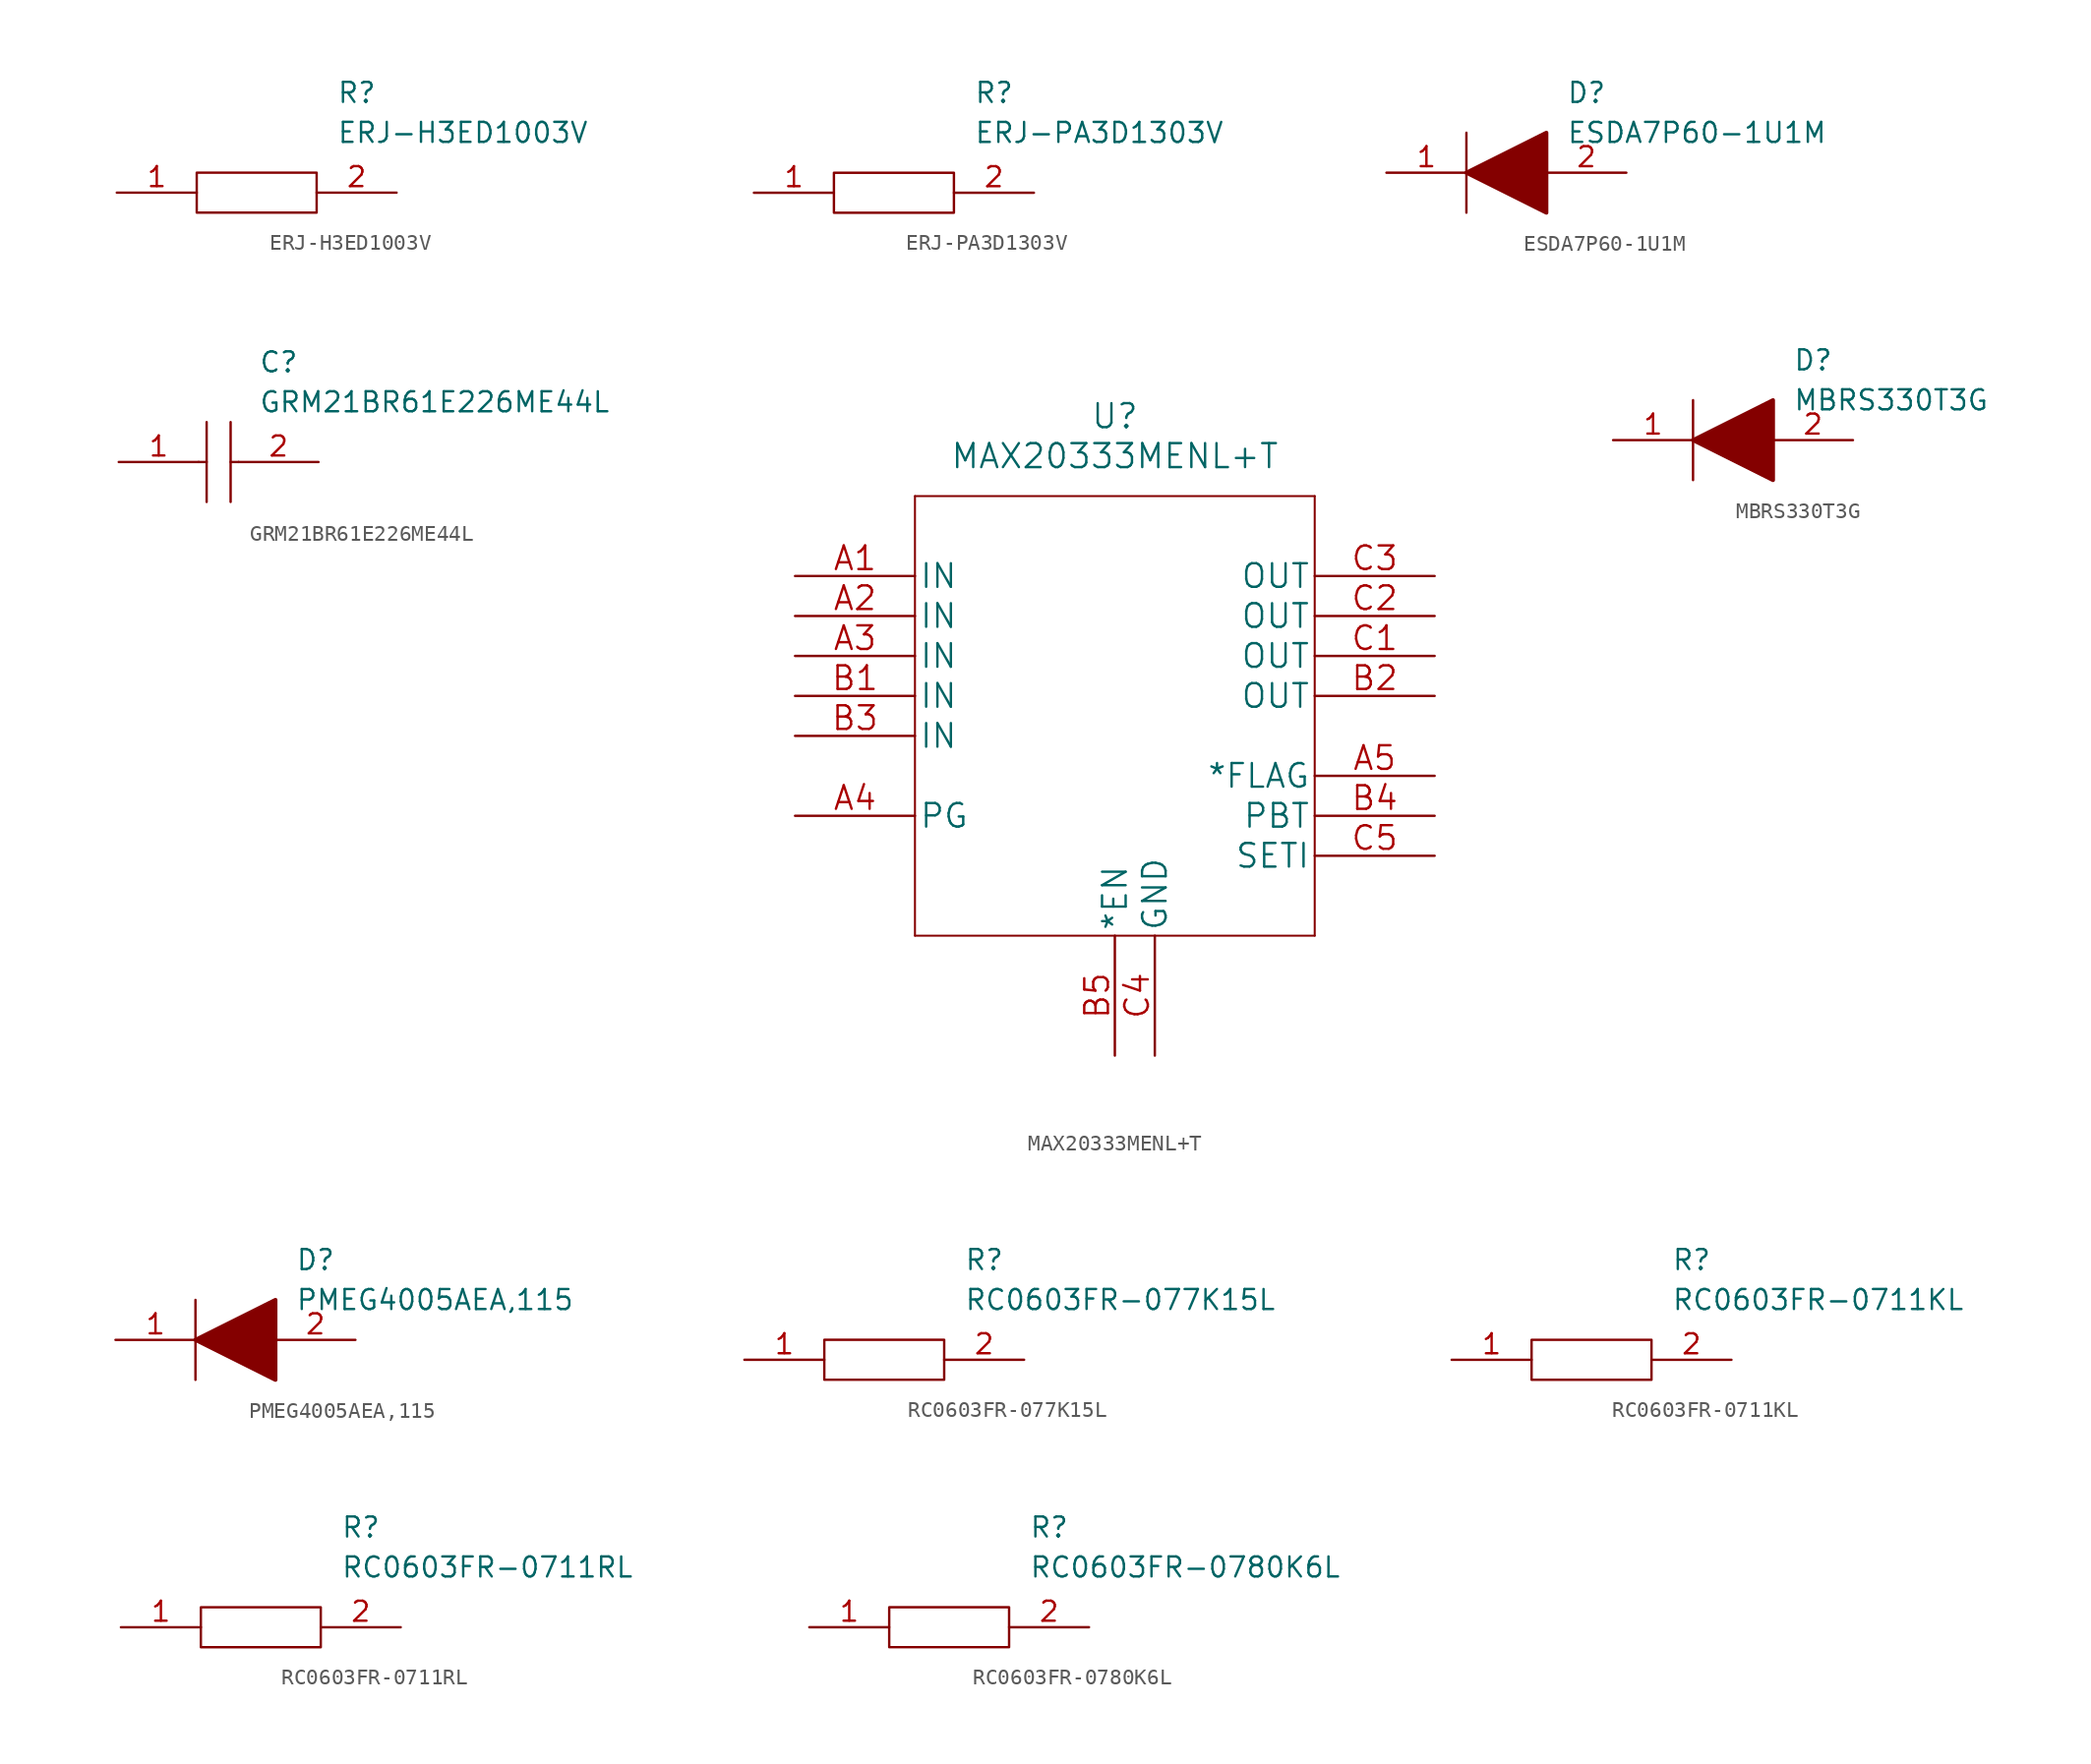
<source format=kicad_sym>
(kicad_symbol_lib
  (version 20211014)
  (generator kicad_symbol_editor)
  (symbol "ERJ-H3ED1003V"
    (pin_names
      (offset 0.762))
    (property "Reference" "R"
      (at 13.97 6.35 0)
      (effects (font (size 1.27 1.27)) (justify left)))
    (property "Value" "ERJ-H3ED1003V"
      (at 13.97 3.81 0)
      (effects (font (size 1.27 1.27)) (justify left)))
    (symbol "ERJ-H3ED1003V_0_0"
      (pin passive line (at 0 0 0) (length 5.08) (name "~" (effects (font (size 1.27 1.27)))) (number "1" (effects (font (size 1.27 1.27)))))
      (pin passive line (at 17.78 0 180) (length 5.08) (name "~" (effects (font (size 1.27 1.27)))) (number "2" (effects (font (size 1.27 1.27))))))
    (symbol "ERJ-H3ED1003V_0_1"
      (polyline (pts (xy 5.08 1.27) (xy 12.7 1.27) (xy 12.7 -1.27) (xy 5.08 -1.27) (xy 5.08 1.27)) (stroke (width 0.152) (type default) (color 0 0 0 0)) (fill (type none)))))
  (symbol "ERJ-PA3D1303V"
    (pin_names
      (offset 0.762))
    (property "Reference" "R"
      (at 13.97 6.35 0)
      (effects (font (size 1.27 1.27)) (justify left)))
    (property "Value" "ERJ-PA3D1303V"
      (at 13.97 3.81 0)
      (effects (font (size 1.27 1.27)) (justify left)))
    (symbol "ERJ-PA3D1303V_0_0"
      (pin passive line (at 0 0 0) (length 5.08) (name "~" (effects (font (size 1.27 1.27)))) (number "1" (effects (font (size 1.27 1.27)))))
      (pin passive line (at 17.78 0 180) (length 5.08) (name "~" (effects (font (size 1.27 1.27)))) (number "2" (effects (font (size 1.27 1.27))))))
    (symbol "ERJ-PA3D1303V_0_1"
      (polyline (pts (xy 5.08 1.27) (xy 12.7 1.27) (xy 12.7 -1.27) (xy 5.08 -1.27) (xy 5.08 1.27)) (stroke (width 0.152) (type default) (color 0 0 0 0)) (fill (type none)))))
  (symbol "ESDA7P60-1U1M"
    (pin_names
      (offset 0.762))
    (property "Reference" "D"
      (at 11.43 5.08 0)
      (effects (font (size 1.27 1.27)) (justify left)))
    (property "Value" "ESDA7P60-1U1M"
      (at 11.43 2.54 0)
      (effects (font (size 1.27 1.27)) (justify left)))
    (symbol "ESDA7P60-1U1M_0_0"
      (pin passive line (at 0 0 0) (length 5.08) (name "~" (effects (font (size 1.27 1.27)))) (number "1" (effects (font (size 1.27 1.27)))))
      (pin passive line (at 15.24 0 180) (length 5.08) (name "~" (effects (font (size 1.27 1.27)))) (number "2" (effects (font (size 1.27 1.27))))))
    (symbol "ESDA7P60-1U1M_0_1"
      (polyline (pts (xy 5.08 2.54) (xy 5.08 -2.54)) (stroke (width 0.152) (type default) (color 0 0 0 0)) (fill (type none)))
      (polyline (pts (xy 5.08 0) (xy 10.16 2.54) (xy 10.16 -2.54) (xy 5.08 0)) (stroke (width 0.254) (type default) (color 0 0 0 0)) (fill (type outline)))))
  (symbol "GRM21BR61E226ME44L"
    (pin_names
      (offset 0.762))
    (property "Reference" "C"
      (at 8.89 6.35 0)
      (effects (font (size 1.27 1.27)) (justify left)))
    (property "Value" "GRM21BR61E226ME44L"
      (at 8.89 3.81 0)
      (effects (font (size 1.27 1.27)) (justify left)))
    (symbol "GRM21BR61E226ME44L_0_0"
      (pin passive line (at 0 0 0) (length 5.08) (name "~" (effects (font (size 1.27 1.27)))) (number "1" (effects (font (size 1.27 1.27)))))
      (pin passive line (at 12.7 0 180) (length 5.08) (name "~" (effects (font (size 1.27 1.27)))) (number "2" (effects (font (size 1.27 1.27))))))
    (symbol "GRM21BR61E226ME44L_0_1"
      (polyline (pts (xy 5.08 0) (xy 5.588 0)) (stroke (width 0.152) (type default) (color 0 0 0 0)) (fill (type none)))
      (polyline (pts (xy 5.588 2.54) (xy 5.588 -2.54)) (stroke (width 0.152) (type default) (color 0 0 0 0)) (fill (type none)))
      (polyline (pts (xy 7.112 0) (xy 7.62 0)) (stroke (width 0.152) (type default) (color 0 0 0 0)) (fill (type none)))
      (polyline (pts (xy 7.112 2.54) (xy 7.112 -2.54)) (stroke (width 0.152) (type default) (color 0 0 0 0)) (fill (type none)))))
  (symbol "MAX20333MENL+T"
    (pin_names
      (offset 0.254))
    (property "Reference" "U"
      (at 20.32 10.16 0)
      (effects (font (size 1.524 1.524))))
    (property "Value" "MAX20333MENL+T"
      (at 20.32 7.62 0)
      (effects (font (size 1.524 1.524))))
    (property "Datasheet" ""
      (at 0 0 0)
      (effects (font (size 1.524 1.524))))
    (symbol "MAX20333MENL+T_1_1"
      (polyline (pts (xy 7.62 -22.86) (xy 33.02 -22.86)) (stroke (width 0.127) (type default) (color 0 0 0 0)) (fill (type none)))
      (polyline (pts (xy 7.62 5.08) (xy 7.62 -22.86)) (stroke (width 0.127) (type default) (color 0 0 0 0)) (fill (type none)))
      (polyline (pts (xy 33.02 -22.86) (xy 33.02 5.08)) (stroke (width 0.127) (type default) (color 0 0 0 0)) (fill (type none)))
      (polyline (pts (xy 33.02 5.08) (xy 7.62 5.08)) (stroke (width 0.127) (type default) (color 0 0 0 0)) (fill (type none)))
      (pin input line (at 0 0 0) (length 7.62) (name "IN" (effects (font (size 1.499 1.499)))) (number "A1" (effects (font (size 1.499 1.499)))))
      (pin input line (at 0 -2.54 0) (length 7.62) (name "IN" (effects (font (size 1.499 1.499)))) (number "A2" (effects (font (size 1.499 1.499)))))
      (pin input line (at 0 -5.08 0) (length 7.62) (name "IN" (effects (font (size 1.499 1.499)))) (number "A3" (effects (font (size 1.499 1.499)))))
      (pin input line (at 0 -15.24 0) (length 7.62) (name "PG" (effects (font (size 1.499 1.499)))) (number "A4" (effects (font (size 1.499 1.499)))))
      (pin output line (at 40.64 -12.7 180) (length 7.62) (name "*FLAG" (effects (font (size 1.499 1.499)))) (number "A5" (effects (font (size 1.499 1.499)))))
      (pin input line (at 0 -7.62 0) (length 7.62) (name "IN" (effects (font (size 1.499 1.499)))) (number "B1" (effects (font (size 1.499 1.499)))))
      (pin output line (at 40.64 -7.62 180) (length 7.62) (name "OUT" (effects (font (size 1.499 1.499)))) (number "B2" (effects (font (size 1.499 1.499)))))
      (pin input line (at 0 -10.16 0) (length 7.62) (name "IN" (effects (font (size 1.499 1.499)))) (number "B3" (effects (font (size 1.499 1.499)))))
      (pin input line (at 40.64 -15.24 180) (length 7.62) (name "PBT" (effects (font (size 1.499 1.499)))) (number "B4" (effects (font (size 1.499 1.499)))))
      (pin input line (at 20.32 -30.48 90) (length 7.62) (name "*EN" (effects (font (size 1.499 1.499)))) (number "B5" (effects (font (size 1.499 1.499)))))
      (pin output line (at 40.64 -5.08 180) (length 7.62) (name "OUT" (effects (font (size 1.499 1.499)))) (number "C1" (effects (font (size 1.499 1.499)))))
      (pin output line (at 40.64 -2.54 180) (length 7.62) (name "OUT" (effects (font (size 1.499 1.499)))) (number "C2" (effects (font (size 1.499 1.499)))))
      (pin output line (at 40.64 0 180) (length 7.62) (name "OUT" (effects (font (size 1.499 1.499)))) (number "C3" (effects (font (size 1.499 1.499)))))
      (pin power_in line (at 22.86 -30.48 90) (length 7.62) (name "GND" (effects (font (size 1.499 1.499)))) (number "C4" (effects (font (size 1.499 1.499)))))
      (pin input line (at 40.64 -17.78 180) (length 7.62) (name "SETI" (effects (font (size 1.499 1.499)))) (number "C5" (effects (font (size 1.499 1.499)))))))
  (symbol "MBRS330T3G"
    (pin_names
      (offset 0.762))
    (property "Reference" "D"
      (at 11.43 5.08 0)
      (effects (font (size 1.27 1.27)) (justify left)))
    (property "Value" "MBRS330T3G"
      (at 11.43 2.54 0)
      (effects (font (size 1.27 1.27)) (justify left)))
    (symbol "MBRS330T3G_0_0"
      (pin passive line (at 0 0 0) (length 5.08) (name "~" (effects (font (size 1.27 1.27)))) (number "1" (effects (font (size 1.27 1.27)))))
      (pin passive line (at 15.24 0 180) (length 5.08) (name "~" (effects (font (size 1.27 1.27)))) (number "2" (effects (font (size 1.27 1.27))))))
    (symbol "MBRS330T3G_0_1"
      (polyline (pts (xy 5.08 2.54) (xy 5.08 -2.54)) (stroke (width 0.152) (type default) (color 0 0 0 0)) (fill (type none)))
      (polyline (pts (xy 5.08 0) (xy 10.16 2.54) (xy 10.16 -2.54) (xy 5.08 0)) (stroke (width 0.254) (type default) (color 0 0 0 0)) (fill (type outline)))))
  (symbol "PMEG4005AEA,115"
    (pin_names
      (offset 0.762))
    (property "Reference" "D"
      (at 11.43 5.08 0)
      (effects (font (size 1.27 1.27)) (justify left)))
    (property "Value" "PMEG4005AEA,115"
      (at 11.43 2.54 0)
      (effects (font (size 1.27 1.27)) (justify left)))
    (symbol "PMEG4005AEA,115_0_0"
      (pin passive line (at 0 0 0) (length 5.08) (name "~" (effects (font (size 1.27 1.27)))) (number "1" (effects (font (size 1.27 1.27)))))
      (pin passive line (at 15.24 0 180) (length 5.08) (name "~" (effects (font (size 1.27 1.27)))) (number "2" (effects (font (size 1.27 1.27))))))
    (symbol "PMEG4005AEA,115_0_1"
      (polyline (pts (xy 5.08 2.54) (xy 5.08 -2.54)) (stroke (width 0.152) (type default) (color 0 0 0 0)) (fill (type none)))
      (polyline (pts (xy 5.08 0) (xy 10.16 2.54) (xy 10.16 -2.54) (xy 5.08 0)) (stroke (width 0.254) (type default) (color 0 0 0 0)) (fill (type outline)))))
  (symbol "RC0603FR-077K15L"
    (pin_names
      (offset 0.762))
    (property "Reference" "R"
      (at 13.97 6.35 0)
      (effects (font (size 1.27 1.27)) (justify left)))
    (property "Value" "RC0603FR-077K15L"
      (at 13.97 3.81 0)
      (effects (font (size 1.27 1.27)) (justify left)))
    (symbol "RC0603FR-077K15L_0_0"
      (pin passive line (at 0 0 0) (length 5.08) (name "~" (effects (font (size 1.27 1.27)))) (number "1" (effects (font (size 1.27 1.27)))))
      (pin passive line (at 17.78 0 180) (length 5.08) (name "~" (effects (font (size 1.27 1.27)))) (number "2" (effects (font (size 1.27 1.27))))))
    (symbol "RC0603FR-077K15L_0_1"
      (polyline (pts (xy 5.08 1.27) (xy 12.7 1.27) (xy 12.7 -1.27) (xy 5.08 -1.27) (xy 5.08 1.27)) (stroke (width 0.152) (type default) (color 0 0 0 0)) (fill (type none)))))
  (symbol "RC0603FR-0711KL"
    (pin_names
      (offset 0.762))
    (property "Reference" "R"
      (at 13.97 6.35 0)
      (effects (font (size 1.27 1.27)) (justify left)))
    (property "Value" "RC0603FR-0711KL"
      (at 13.97 3.81 0)
      (effects (font (size 1.27 1.27)) (justify left)))
    (symbol "RC0603FR-0711KL_0_0"
      (pin passive line (at 0 0 0) (length 5.08) (name "~" (effects (font (size 1.27 1.27)))) (number "1" (effects (font (size 1.27 1.27)))))
      (pin passive line (at 17.78 0 180) (length 5.08) (name "~" (effects (font (size 1.27 1.27)))) (number "2" (effects (font (size 1.27 1.27))))))
    (symbol "RC0603FR-0711KL_0_1"
      (polyline (pts (xy 5.08 1.27) (xy 12.7 1.27) (xy 12.7 -1.27) (xy 5.08 -1.27) (xy 5.08 1.27)) (stroke (width 0.152) (type default) (color 0 0 0 0)) (fill (type none)))))
  (symbol "RC0603FR-0711RL"
    (pin_names
      (offset 0.762))
    (property "Reference" "R"
      (at 13.97 6.35 0)
      (effects (font (size 1.27 1.27)) (justify left)))
    (property "Value" "RC0603FR-0711RL"
      (at 13.97 3.81 0)
      (effects (font (size 1.27 1.27)) (justify left)))
    (symbol "RC0603FR-0711RL_0_0"
      (pin passive line (at 0 0 0) (length 5.08) (name "~" (effects (font (size 1.27 1.27)))) (number "1" (effects (font (size 1.27 1.27)))))
      (pin passive line (at 17.78 0 180) (length 5.08) (name "~" (effects (font (size 1.27 1.27)))) (number "2" (effects (font (size 1.27 1.27))))))
    (symbol "RC0603FR-0711RL_0_1"
      (polyline (pts (xy 5.08 1.27) (xy 12.7 1.27) (xy 12.7 -1.27) (xy 5.08 -1.27) (xy 5.08 1.27)) (stroke (width 0.152) (type default) (color 0 0 0 0)) (fill (type none)))))
  (symbol "RC0603FR-0780K6L"
    (pin_names
      (offset 0.762))
    (property "Reference" "R"
      (at 13.97 6.35 0)
      (effects (font (size 1.27 1.27)) (justify left)))
    (property "Value" "RC0603FR-0780K6L"
      (at 13.97 3.81 0)
      (effects (font (size 1.27 1.27)) (justify left)))
    (symbol "RC0603FR-0780K6L_0_0"
      (pin passive line (at 0 0 0) (length 5.08) (name "~" (effects (font (size 1.27 1.27)))) (number "1" (effects (font (size 1.27 1.27)))))
      (pin passive line (at 17.78 0 180) (length 5.08) (name "~" (effects (font (size 1.27 1.27)))) (number "2" (effects (font (size 1.27 1.27))))))
    (symbol "RC0603FR-0780K6L_0_1"
      (polyline (pts (xy 5.08 1.27) (xy 12.7 1.27) (xy 12.7 -1.27) (xy 5.08 -1.27) (xy 5.08 1.27)) (stroke (width 0.152) (type default) (color 0 0 0 0)) (fill (type none))))))
</source>
